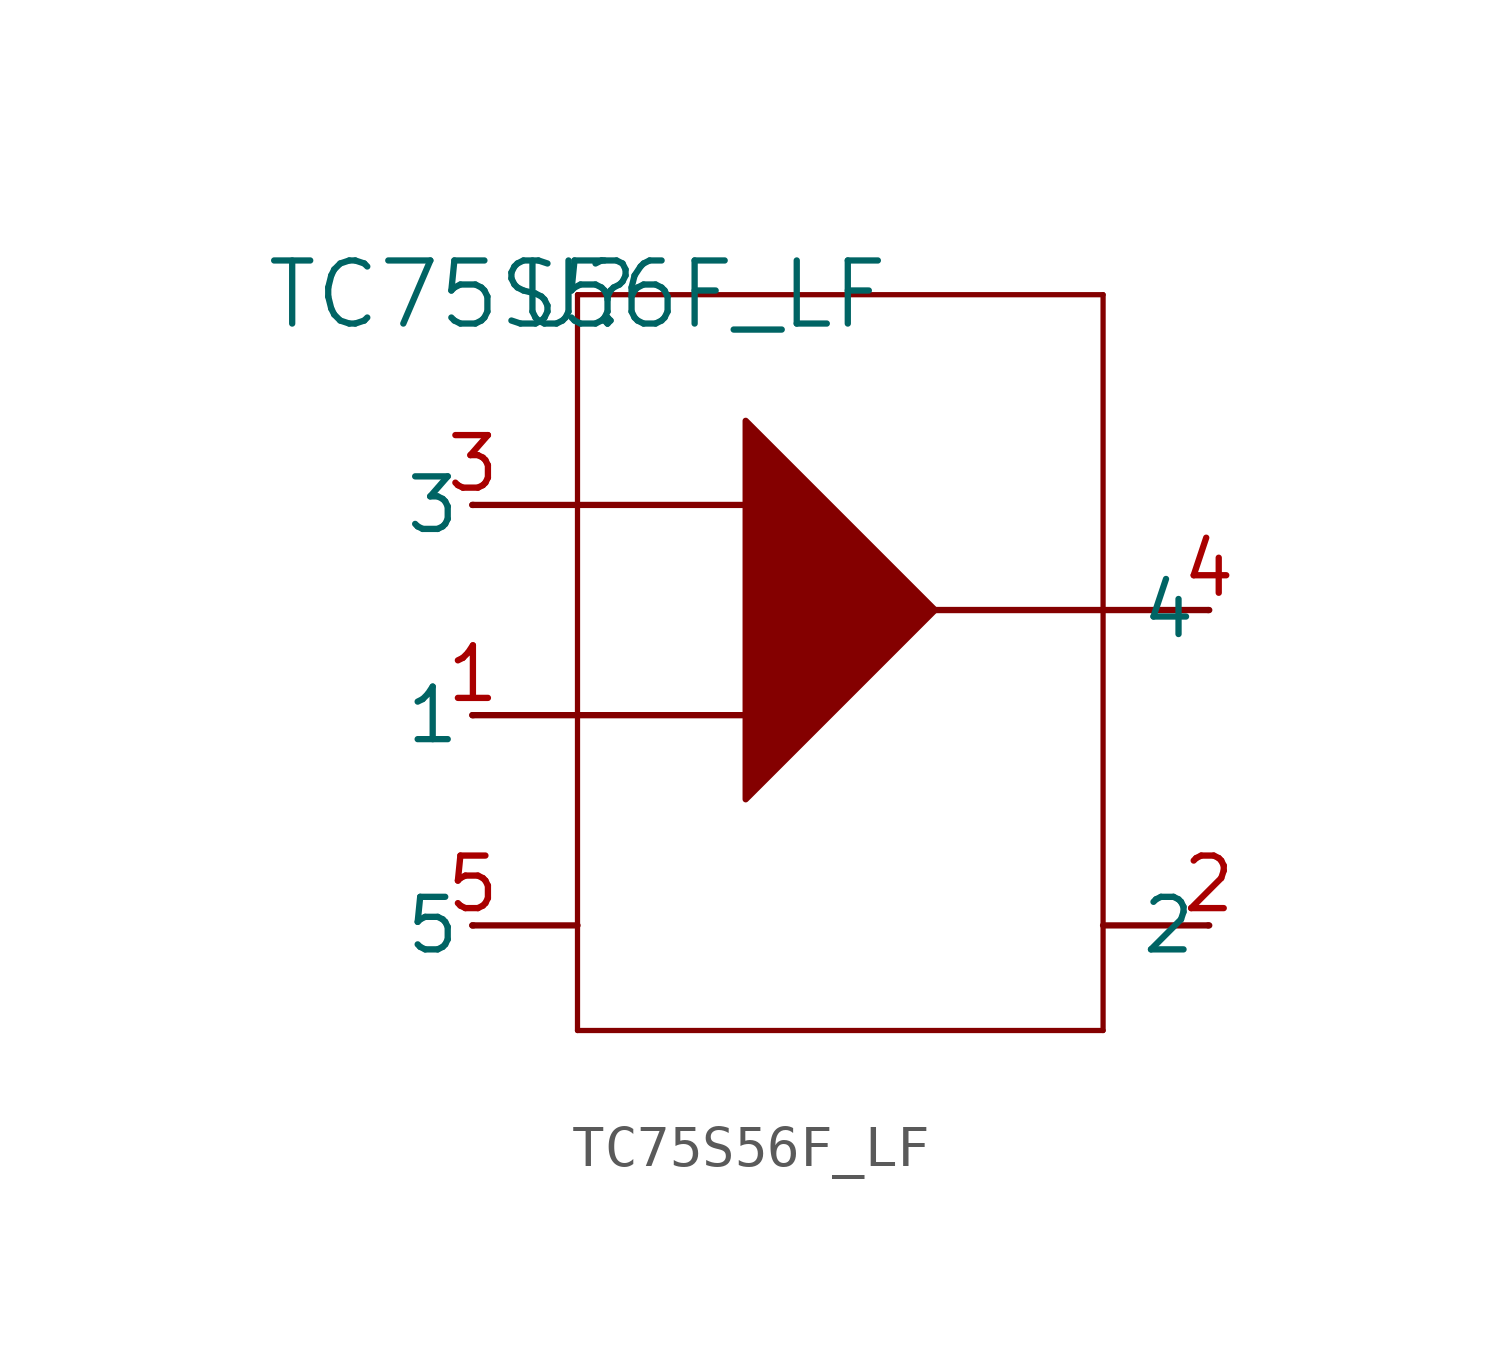
<source format=kicad_sym>
(kicad_symbol_lib
  (version 20211014)
  (generator kicad_symbol_editor)
  (symbol "TC75S56F_LF"
    (pin_names
      (offset 0.254))
    (property "Reference" "U"
      (at 0 0 0)
      (effects (font (size 1.524 1.524))))
    (property "Value" "TC75S56F_LF"
      (at 0 0 0)
      (effects (font (size 1.524 1.524))))
    (symbol "TC75S56F_LF_0_1"
      (polyline (pts (xy 4.064 -3.048) (xy 4.064 -12.192) (xy 8.636 -7.62) (xy 4.064 -3.048)) (stroke (width 0) (type default) (color 0 0 0 0)) (fill (type outline)))
      (polyline (pts (xy -2.54 -10.16) (xy 0 -10.16)) (stroke (width 0) (type default) (color 0 0 0 0)) (fill (type none)))
      (polyline (pts (xy 15.24 -7.62) (xy 12.7 -7.62)) (stroke (width 0) (type default) (color 0 0 0 0)) (fill (type none)))
      (polyline (pts (xy 15.24 -15.24) (xy 12.7 -15.24)) (stroke (width 0) (type default) (color 0 0 0 0)) (fill (type none)))
      (polyline (pts (xy -2.54 -5.08) (xy 0 -5.08)) (stroke (width 0) (type default) (color 0 0 0 0)) (fill (type none)))
      (polyline (pts (xy -2.54 -15.24) (xy 0 -15.24)) (stroke (width 0) (type default) (color 0 0 0 0)) (fill (type none)))
      (polyline (pts (xy 0 -17.78) (xy 0 0)) (stroke (width 0.127) (type default) (color 0 0 0 0)) (fill (type none)))
      (polyline (pts (xy 0 0) (xy 12.7 0)) (stroke (width 0.127) (type default) (color 0 0 0 0)) (fill (type none)))
      (polyline (pts (xy 12.7 0) (xy 12.7 -17.78)) (stroke (width 0.127) (type default) (color 0 0 0 0)) (fill (type none)))
      (polyline (pts (xy 12.7 -17.78) (xy 0 -17.78)) (stroke (width 0.127) (type default) (color 0 0 0 0)) (fill (type none)))
      (polyline (pts (xy 8.636 -7.62) (xy 12.7 -7.62)) (stroke (width 0) (type default) (color 0 0 0 0)) (fill (type none)))
      (polyline (pts (xy 4.064 -5.08) (xy 0 -5.08)) (stroke (width 0) (type default) (color 0 0 0 0)) (fill (type none)))
      (polyline (pts (xy 0 -10.16) (xy 4.064 -10.16)) (stroke (width 0) (type default) (color 0 0 0 0)) (fill (type none)))
      (polyline (pts (xy 4.572 -10.16) (xy 5.08 -10.16)) (stroke (width 0) (type default) (color 0 0 0 0)) (fill (type none)))
      (polyline (pts (xy 4.826 -5.334) (xy 4.826 -4.826)) (stroke (width 0) (type default) (color 0 0 0 0)) (fill (type none)))
      (polyline (pts (xy 4.572 -5.08) (xy 5.08 -5.08)) (stroke (width 0) (type default) (color 0 0 0 0)) (fill (type none)))
      (pin unspecified line (at -2.515 -10.16 180) (length 0.025) (name "1" (effects (font (size 1.27 1.27)))) (number "1" (effects (font (size 1.27 1.27)))))
      (pin unspecified line (at 15.265 -15.24 180) (length 0.025) (name "2" (effects (font (size 1.27 1.27)))) (number "2" (effects (font (size 1.27 1.27)))))
      (pin unspecified line (at -2.515 -5.08 180) (length 0.025) (name "3" (effects (font (size 1.27 1.27)))) (number "3" (effects (font (size 1.27 1.27)))))
      (pin unspecified line (at 15.265 -7.62 180) (length 0.025) (name "4" (effects (font (size 1.27 1.27)))) (number "4" (effects (font (size 1.27 1.27)))))
      (pin unspecified line (at -2.515 -15.24 180) (length 0.025) (name "5" (effects (font (size 1.27 1.27)))) (number "5" (effects (font (size 1.27 1.27))))))))
</source>
